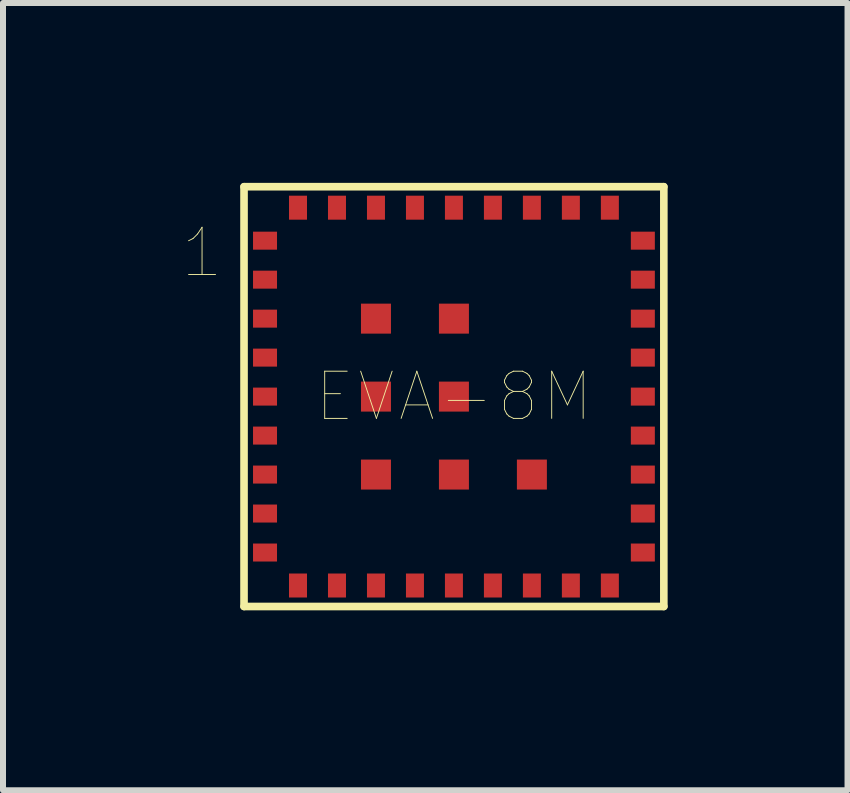
<source format=kicad_pcb>
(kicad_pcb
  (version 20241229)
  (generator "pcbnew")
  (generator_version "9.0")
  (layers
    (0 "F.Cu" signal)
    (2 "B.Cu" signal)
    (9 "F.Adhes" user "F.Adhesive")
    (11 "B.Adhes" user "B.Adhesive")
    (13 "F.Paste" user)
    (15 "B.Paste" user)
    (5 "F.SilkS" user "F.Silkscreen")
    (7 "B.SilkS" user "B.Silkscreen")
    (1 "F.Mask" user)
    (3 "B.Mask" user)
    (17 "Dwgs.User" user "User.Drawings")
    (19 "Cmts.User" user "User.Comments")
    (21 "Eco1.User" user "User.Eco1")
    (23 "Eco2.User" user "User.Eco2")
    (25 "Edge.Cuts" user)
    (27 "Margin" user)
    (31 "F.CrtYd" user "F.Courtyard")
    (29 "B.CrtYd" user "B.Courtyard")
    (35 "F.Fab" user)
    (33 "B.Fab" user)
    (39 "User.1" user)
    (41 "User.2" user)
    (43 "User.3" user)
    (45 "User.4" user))
  (footprint "EVA-8M"
    (layer "F.Cu")
    (at 4.519 3.563)
    (property "Reference" "EVA-8M" (at 0 0 0) (layer "F.SilkS") (effects (font (size 0.787 0.787) (thickness 0.015))))
    (attr through_hole)
    (fp_line (start -3.5 -3.5) (end 3.5 -3.5) (stroke (width 0.127) (type solid)) (layer "F.SilkS"))
    (fp_line (start -3.5 3.5) (end -3.5 -3.5) (stroke (width 0.127) (type solid)) (layer "F.SilkS"))
    (fp_line (start 3.5 -3.5) (end 3.5 3.5) (stroke (width 0.127) (type solid)) (layer "F.SilkS"))
    (fp_line (start 3.5 3.5) (end -3.5 3.5) (stroke (width 0.127) (type solid)) (layer "F.SilkS"))
    (fp_text user "1" (at -4.2 -2.4 0) (layer "F.SilkS") (effects (font (size 0.787 0.787) (thickness 0.015))))
    (pad "1" smd rect (at -3.15 -2.6) (size 0.4 0.3) (layers "F.Cu" "F.Mask" "F.Paste"))
    (pad "2" smd rect (at -3.15 -1.95) (size 0.4 0.3) (layers "F.Cu" "F.Mask" "F.Paste"))
    (pad "3" smd rect (at -3.15 -1.3) (size 0.4 0.3) (layers "F.Cu" "F.Mask" "F.Paste"))
    (pad "4" smd rect (at -3.15 -0.65) (size 0.4 0.3) (layers "F.Cu" "F.Mask" "F.Paste"))
    (pad "5" smd rect (at -3.15 0) (size 0.4 0.3) (layers "F.Cu" "F.Mask" "F.Paste"))
    (pad "6" smd rect (at -3.15 0.65) (size 0.4 0.3) (layers "F.Cu" "F.Mask" "F.Paste"))
    (pad "7" smd rect (at -3.15 1.3) (size 0.4 0.3) (layers "F.Cu" "F.Mask" "F.Paste"))
    (pad "8" smd rect (at -3.15 1.95) (size 0.4 0.3) (layers "F.Cu" "F.Mask" "F.Paste"))
    (pad "9" smd rect (at -3.15 2.6) (size 0.4 0.3) (layers "F.Cu" "F.Mask" "F.Paste"))
    (pad "10" smd rect (at -2.6 3.15) (size 0.3 0.4) (layers "F.Cu" "F.Mask" "F.Paste"))
    (pad "11" smd rect (at -1.95 3.15) (size 0.3 0.4) (layers "F.Cu" "F.Mask" "F.Paste"))
    (pad "12" smd rect (at -1.3 3.15) (size 0.3 0.4) (layers "F.Cu" "F.Mask" "F.Paste"))
    (pad "13" smd rect (at -0.65 3.15) (size 0.3 0.4) (layers "F.Cu" "F.Mask" "F.Paste"))
    (pad "14" smd rect (at 0 3.15) (size 0.3 0.4) (layers "F.Cu" "F.Mask" "F.Paste"))
    (pad "15" smd rect (at 0.65 3.15) (size 0.3 0.4) (layers "F.Cu" "F.Mask" "F.Paste"))
    (pad "16" smd rect (at 1.3 3.15) (size 0.3 0.4) (layers "F.Cu" "F.Mask" "F.Paste"))
    (pad "17" smd rect (at 1.95 3.15) (size 0.3 0.4) (layers "F.Cu" "F.Mask" "F.Paste"))
    (pad "18" smd rect (at 2.6 3.15) (size 0.3 0.4) (layers "F.Cu" "F.Mask" "F.Paste"))
    (pad "19" smd rect (at 3.15 2.6) (size 0.4 0.3) (layers "F.Cu" "F.Mask" "F.Paste"))
    (pad "20" smd rect (at 3.15 1.95) (size 0.4 0.3) (layers "F.Cu" "F.Mask" "F.Paste"))
    (pad "21" smd rect (at 3.15 1.3) (size 0.4 0.3) (layers "F.Cu" "F.Mask" "F.Paste"))
    (pad "22" smd rect (at 3.15 0.65) (size 0.4 0.3) (layers "F.Cu" "F.Mask" "F.Paste"))
    (pad "23" smd rect (at 3.15 0) (size 0.4 0.3) (layers "F.Cu" "F.Mask" "F.Paste"))
    (pad "24" smd rect (at 3.15 -0.65) (size 0.4 0.3) (layers "F.Cu" "F.Mask" "F.Paste"))
    (pad "25" smd rect (at 3.15 -1.3) (size 0.4 0.3) (layers "F.Cu" "F.Mask" "F.Paste"))
    (pad "26" smd rect (at 3.15 -1.95) (size 0.4 0.3) (layers "F.Cu" "F.Mask" "F.Paste"))
    (pad "27" smd rect (at 3.15 -2.6) (size 0.4 0.3) (layers "F.Cu" "F.Mask" "F.Paste"))
    (pad "28" smd rect (at 2.6 -3.15) (size 0.3 0.4) (layers "F.Cu" "F.Mask" "F.Paste"))
    (pad "29" smd rect (at 1.95 -3.15) (size 0.3 0.4) (layers "F.Cu" "F.Mask" "F.Paste"))
    (pad "30" smd rect (at 1.3 -3.15) (size 0.3 0.4) (layers "F.Cu" "F.Mask" "F.Paste"))
    (pad "31" smd rect (at 0.65 -3.15) (size 0.3 0.4) (layers "F.Cu" "F.Mask" "F.Paste"))
    (pad "32" smd rect (at 0 -3.15) (size 0.3 0.4) (layers "F.Cu" "F.Mask" "F.Paste"))
    (pad "33" smd rect (at -0.65 -3.15) (size 0.3 0.4) (layers "F.Cu" "F.Mask" "F.Paste"))
    (pad "34" smd rect (at -1.3 -3.15) (size 0.3 0.4) (layers "F.Cu" "F.Mask" "F.Paste"))
    (pad "35" smd rect (at -1.95 -3.15) (size 0.3 0.4) (layers "F.Cu" "F.Mask" "F.Paste"))
    (pad "36" smd rect (at -2.6 -3.15) (size 0.3 0.4) (layers "F.Cu" "F.Mask" "F.Paste"))
    (pad "37" smd rect (at -1.3 -1.3) (size 0.5 0.5) (layers "F.Cu" "F.Mask" "F.Paste"))
    (pad "38" smd rect (at 0 -1.3) (size 0.5 0.5) (layers "F.Cu" "F.Mask" "F.Paste"))
    (pad "39" smd rect (at -1.3 0) (size 0.5 0.5) (layers "F.Cu" "F.Mask" "F.Paste"))
    (pad "40" smd rect (at 0 0) (size 0.5 0.5) (layers "F.Cu" "F.Mask" "F.Paste"))
    (pad "41" smd rect (at -1.3 1.3) (size 0.5 0.5) (layers "F.Cu" "F.Mask" "F.Paste"))
    (pad "42" smd rect (at 0 1.3) (size 0.5 0.5) (layers "F.Cu" "F.Mask" "F.Paste"))
    (pad "43" smd rect (at 1.3 1.3) (size 0.5 0.5) (layers "F.Cu" "F.Mask" "F.Paste")))
  (gr_rect
    (start -3 -3)
    (end 11.082 10.127)
    (stroke (width 0.1) (type default))
    (fill no)
    (layer "Edge.Cuts")))
</source>
